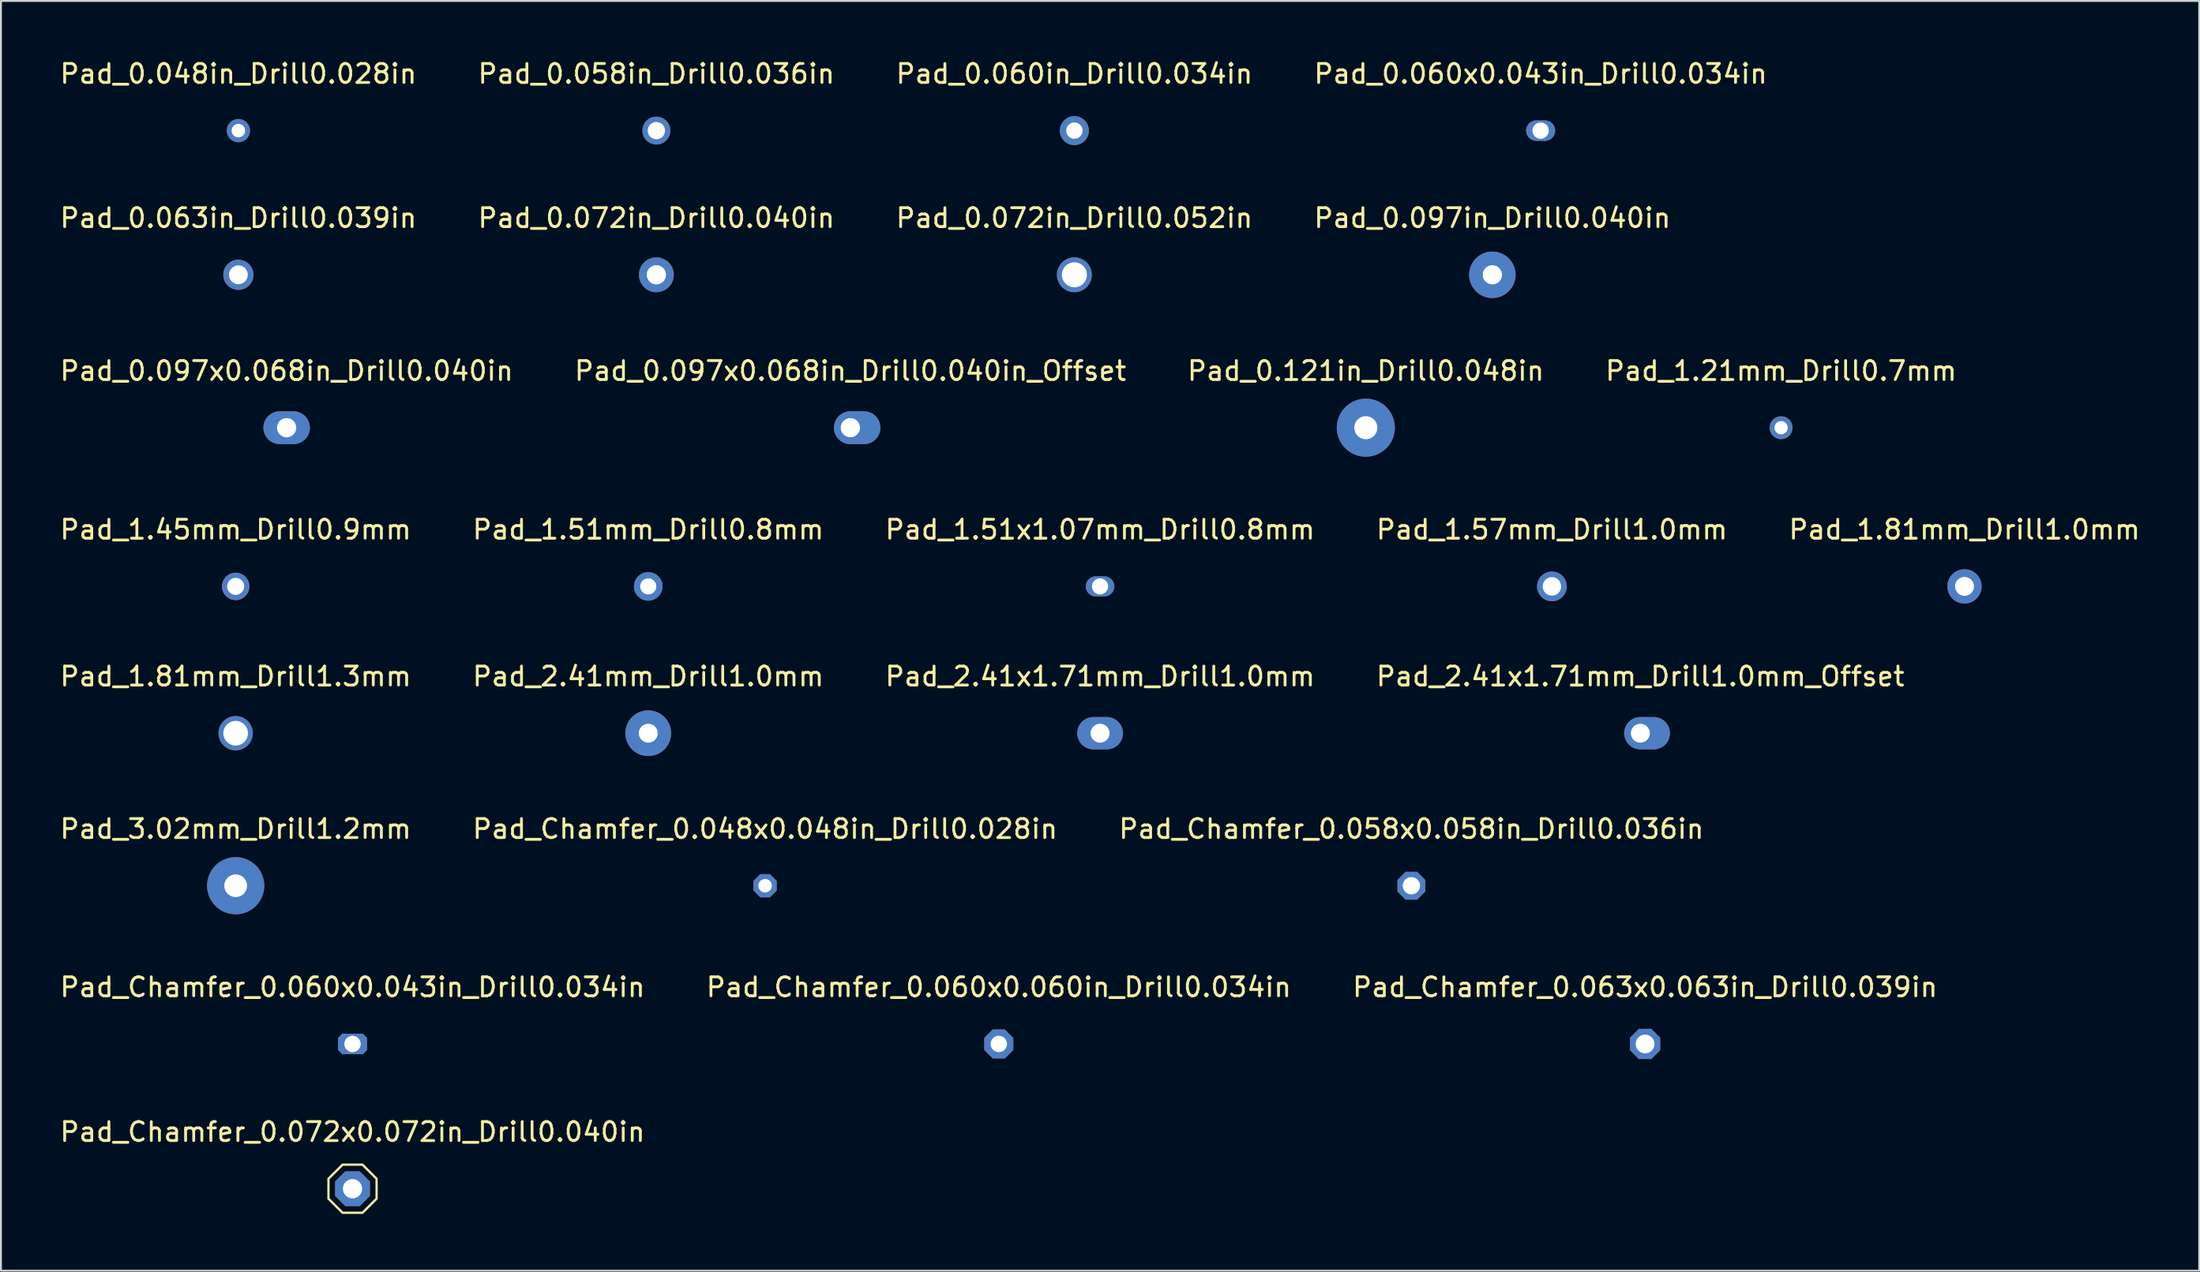
<source format=kicad_pcb>
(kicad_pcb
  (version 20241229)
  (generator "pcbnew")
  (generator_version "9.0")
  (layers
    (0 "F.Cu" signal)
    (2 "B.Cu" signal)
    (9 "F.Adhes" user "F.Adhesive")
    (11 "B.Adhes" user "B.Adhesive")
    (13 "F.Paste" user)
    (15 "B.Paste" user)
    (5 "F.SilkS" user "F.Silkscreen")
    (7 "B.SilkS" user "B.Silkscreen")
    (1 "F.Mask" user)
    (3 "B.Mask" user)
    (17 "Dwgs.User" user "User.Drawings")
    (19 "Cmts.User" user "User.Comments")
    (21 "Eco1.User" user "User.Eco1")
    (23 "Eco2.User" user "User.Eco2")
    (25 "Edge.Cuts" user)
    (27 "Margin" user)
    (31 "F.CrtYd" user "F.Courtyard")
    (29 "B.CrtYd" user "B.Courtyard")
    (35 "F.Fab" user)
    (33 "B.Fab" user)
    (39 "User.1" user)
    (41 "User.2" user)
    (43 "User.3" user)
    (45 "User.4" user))
  (footprint "Pad_1.81mm_Drill1.3mm"
    (layer "F.Cu")
    (at 9.387 35.673)
    (property "Reference" "Pad_1.81mm_Drill1.3mm" (at 0 -3 0) (layer "F.SilkS") (effects (font (size 1 1) (thickness 0.15))))
    (attr exclude_from_pos_files exclude_from_bom)
    (pad "1" thru_hole circle (at 0 0) (size 1.811 1.811) (drill 1.3) (layers "*.Cu" "*.Mask")))
  (footprint "Pad_0.097in_Drill0.040in"
    (layer "F.Cu")
    (at 75.708 11.463)
    (property "Reference" "Pad_0.097in_Drill0.040in" (at 0 -3 0) (layer "F.SilkS") (effects (font (size 1 1) (thickness 0.15))))
    (attr exclude_from_pos_files exclude_from_bom)
    (pad "1" thru_hole circle (at 0 0) (size 2.453 2.453) (drill 1.016) (layers "*.Cu" "*.Mask")))
  (footprint "Pad_0.072in_Drill0.040in"
    (layer "F.Cu")
    (at 31.589 11.463)
    (property "Reference" "Pad_0.072in_Drill0.040in" (at 0 -3 0) (layer "F.SilkS") (effects (font (size 1 1) (thickness 0.15))))
    (attr exclude_from_pos_files exclude_from_bom)
    (pad "1" thru_hole circle (at 0 0) (size 1.84 1.84) (drill 1.016) (layers "*.Cu" "*.Mask")))
  (footprint "Pad_Chamfer_0.058x0.058in_Drill0.036in"
    (layer "F.Cu")
    (at 71.435 43.728)
    (property "Reference" "Pad_Chamfer_0.058x0.058in_Drill0.036in" (at 0 -3 0) (layer "F.SilkS") (effects (font (size 1 1) (thickness 0.15))))
    (attr exclude_from_pos_files exclude_from_bom)
    (pad "1" thru_hole roundrect (at 0 0) (size 1.472 1.472) (drill 0.914) (layers "*.Cu" "*.Mask") (roundrect_rratio 0) (chamfer_ratio 0.293) (chamfer top_left top_right bottom_left bottom_right)))
  (footprint "Pad_0.097x0.068in_Drill0.040in"
    (layer "F.Cu")
    (at 12.077 19.538)
    (property "Reference" "Pad_0.097x0.068in_Drill0.040in" (at 0 -3 0) (layer "F.SilkS") (effects (font (size 1 1) (thickness 0.15))))
    (attr exclude_from_pos_files exclude_from_bom)
    (pad "1" connect circle (at -0.359 0) (size 1.016 1.016) (layers "F.Cu"))
    (pad "1" connect circle (at -0.359 0) (size 1.016 1.016) (layers "B.Cu"))
    (pad "1" thru_hole oval (at 0 0) (size 2.453 1.734) (drill 1.016) (layers "*.Cu" "*.Mask"))
    (pad "1" connect circle (at 0.359 0) (size 1.016 1.016) (layers "F.Cu"))
    (pad "1" connect circle (at 0.359 0) (size 1.016 1.016) (layers "B.Cu")))
  (footprint "Pad_Chamfer_0.060x0.060in_Drill0.034in"
    (layer "F.Cu")
    (at 49.661 52.085)
    (property "Reference" "Pad_Chamfer_0.060x0.060in_Drill0.034in" (at 0 -3 0) (layer "F.SilkS") (effects (font (size 1 1) (thickness 0.15))))
    (attr exclude_from_pos_files exclude_from_bom)
    (pad "1" thru_hole roundrect (at 0 0) (size 1.533 1.533) (drill 0.864) (layers "*.Cu" "*.Mask") (roundrect_rratio 0) (chamfer_ratio 0.293) (chamfer top_left top_right bottom_left bottom_right)))
  (footprint "Pad_1.51x1.07mm_Drill0.8mm"
    (layer "F.Cu")
    (at 55.006 27.919)
    (property "Reference" "Pad_1.51x1.07mm_Drill0.8mm" (at 0 -3 0) (layer "F.SilkS") (effects (font (size 1 1) (thickness 0.15))))
    (attr exclude_from_pos_files exclude_from_bom)
    (pad "1" connect circle (at -0.221 0) (size 0.85 0.85) (layers "F.Cu"))
    (pad "1" connect circle (at -0.221 0) (size 0.85 0.85) (layers "B.Cu"))
    (pad "1" thru_hole oval (at 0 0) (size 1.509 1.067) (drill 0.85) (layers "*.Cu" "*.Mask"))
    (pad "1" connect circle (at 0.221 0) (size 0.85 0.85) (layers "F.Cu"))
    (pad "1" connect circle (at 0.221 0) (size 0.85 0.85) (layers "B.Cu")))
  (footprint "Pad_Chamfer_0.048x0.048in_Drill0.028in"
    (layer "F.Cu")
    (at 37.327 43.728)
    (property "Reference" "Pad_Chamfer_0.048x0.048in_Drill0.028in" (at 0 -3 0) (layer "F.SilkS") (effects (font (size 1 1) (thickness 0.15))))
    (attr exclude_from_pos_files exclude_from_bom)
    (pad "1" thru_hole roundrect (at 0 0) (size 1.226 1.226) (drill 0.711) (layers "*.Cu" "*.Mask") (roundrect_rratio 0) (chamfer_ratio 0.293) (chamfer top_left top_right bottom_left bottom_right)))
  (footprint "Pad_0.058in_Drill0.036in"
    (layer "F.Cu")
    (at 31.589 3.848)
    (property "Reference" "Pad_0.058in_Drill0.036in" (at 0 -3 0) (layer "F.SilkS") (effects (font (size 1 1) (thickness 0.15))))
    (attr exclude_from_pos_files exclude_from_bom)
    (pad "1" thru_hole circle (at 0 0) (size 1.472 1.472) (drill 0.914) (layers "*.Cu" "*.Mask")))
  (footprint "Pad_0.048in_Drill0.028in"
    (layer "F.Cu")
    (at 9.53 3.848)
    (property "Reference" "Pad_0.048in_Drill0.028in" (at 0 -3 0) (layer "F.SilkS") (effects (font (size 1 1) (thickness 0.15))))
    (attr exclude_from_pos_files exclude_from_bom)
    (pad "1" thru_hole circle (at 0 0) (size 1.226 1.226) (drill 0.711) (layers "*.Cu" "*.Mask")))
  (footprint "Pad_2.41x1.71mm_Drill1.0mm_Offset"
    (layer "F.Cu")
    (at 83.518 35.673)
    (property "Reference" "Pad_2.41x1.71mm_Drill1.0mm_Offset" (at 0 -3 0) (layer "F.SilkS") (effects (font (size 1 1) (thickness 0.15))))
    (attr exclude_from_pos_files exclude_from_bom)
    (pad "1" thru_hole oval (at 0 0) (size 2.414 1.707) (drill 1 (offset 0.354 0)) (layers "*.Cu" "*.Mask"))
    (pad "1" connect circle (at 0.354 0) (size 1 1) (layers "F.Cu"))
    (pad "1" connect circle (at 0.354 0) (size 1 1) (layers "B.Cu"))
    (pad "1" connect circle (at 0.707 0) (size 1 1) (layers "F.Cu"))
    (pad "1" connect circle (at 0.707 0) (size 1 1) (layers "B.Cu")))
  (footprint "Pad_1.81mm_Drill1.0mm"
    (layer "F.Cu")
    (at 100.625 27.919)
    (property "Reference" "Pad_1.81mm_Drill1.0mm" (at 0 -3 0) (layer "F.SilkS") (effects (font (size 1 1) (thickness 0.15))))
    (attr exclude_from_pos_files exclude_from_bom)
    (pad "1" thru_hole circle (at 0 0) (size 1.811 1.811) (drill 1) (layers "*.Cu" "*.Mask")))
  (footprint "Pad_Chamfer_0.072x0.072in_Drill0.040in"
    (layer "F.Cu")
    (at 15.554 59.73)
    (property "Reference" "Pad_Chamfer_0.072x0.072in_Drill0.040in" (at 0 -3 0) (layer "F.SilkS") (effects (font (size 1 1) (thickness 0.15))))
    (attr exclude_from_pos_files exclude_from_bom)
    (fp_poly (pts (xy 1.27 0.526) (xy 0.526 1.27) (xy -0.526 1.27) (xy -1.27 0.526) (xy -1.27 -0.526) (xy -0.526 -1.27) (xy 0.526 -1.27) (xy 1.27 -0.526)) (stroke (width 0.12) (type solid)) (fill no) (layer "F.SilkS"))
    (pad "1" thru_hole roundrect (at 0 0) (size 1.84 1.84) (drill 1.016) (layers "*.Cu" "*.Mask") (roundrect_rratio 0) (chamfer_ratio 0.293) (chamfer top_left top_right bottom_left bottom_right)))
  (footprint "Pad_3.02mm_Drill1.2mm"
    (layer "F.Cu")
    (at 9.387 43.728)
    (property "Reference" "Pad_3.02mm_Drill1.2mm" (at 0 -3 0) (layer "F.SilkS") (effects (font (size 1 1) (thickness 0.15))))
    (attr exclude_from_pos_files exclude_from_bom)
    (pad "1" thru_hole circle (at 0 0) (size 3.018 3.018) (drill 1.2) (layers "*.Cu" "*.Mask")))
  (footprint "Pad_0.063in_Drill0.039in"
    (layer "F.Cu")
    (at 9.53 11.463)
    (property "Reference" "Pad_0.063in_Drill0.039in" (at 0 -3 0) (layer "F.SilkS") (effects (font (size 1 1) (thickness 0.15))))
    (attr exclude_from_pos_files exclude_from_bom)
    (pad "1" thru_hole circle (at 0 0) (size 1.594 1.594) (drill 0.991) (layers "*.Cu" "*.Mask")))
  (footprint "Pad_Chamfer_0.060x0.043in_Drill0.034in"
    (layer "F.Cu")
    (at 15.554 52.085)
    (property "Reference" "Pad_Chamfer_0.060x0.043in_Drill0.034in" (at 0 -3 0) (layer "F.SilkS") (effects (font (size 1 1) (thickness 0.15))))
    (attr exclude_from_pos_files exclude_from_bom)
    (pad "1" connect circle (at -0.225 0) (size 0.864 0.864) (layers "F.Cu"))
    (pad "1" connect circle (at -0.225 0) (size 0.864 0.864) (layers "B.Cu"))
    (pad "1" thru_hole roundrect (at 0 0) (size 1.533 1.084) (drill 0.864) (layers "*.Cu" "*.Mask") (roundrect_rratio 0) (chamfer_ratio 0.207) (chamfer top_left top_right bottom_left bottom_right))
    (pad "1" connect circle (at 0.225 0) (size 0.864 0.864) (layers "F.Cu"))
    (pad "1" connect circle (at 0.225 0) (size 0.864 0.864) (layers "B.Cu")))
  (footprint "Pad_1.45mm_Drill0.9mm"
    (layer "F.Cu")
    (at 9.387 27.919)
    (property "Reference" "Pad_1.45mm_Drill0.9mm" (at 0 -3 0) (layer "F.SilkS") (effects (font (size 1 1) (thickness 0.15))))
    (attr exclude_from_pos_files exclude_from_bom)
    (pad "1" thru_hole circle (at 0 0) (size 1.449 1.449) (drill 0.9) (layers "*.Cu" "*.Mask")))
  (footprint "Pad_Chamfer_0.063x0.063in_Drill0.039in"
    (layer "F.Cu")
    (at 83.768 52.085)
    (property "Reference" "Pad_Chamfer_0.063x0.063in_Drill0.039in" (at 0 -3 0) (layer "F.SilkS") (effects (font (size 1 1) (thickness 0.15))))
    (attr exclude_from_pos_files exclude_from_bom)
    (pad "1" thru_hole roundrect (at 0 0) (size 1.594 1.594) (drill 0.991) (layers "*.Cu" "*.Mask") (roundrect_rratio 0) (chamfer_ratio 0.293) (chamfer top_left top_right bottom_left bottom_right)))
  (footprint "Pad_0.097x0.068in_Drill0.040in_Offset"
    (layer "F.Cu")
    (at 41.827 19.538)
    (property "Reference" "Pad_0.097x0.068in_Drill0.040in_Offset" (at 0 -3 0) (layer "F.SilkS") (effects (font (size 1 1) (thickness 0.15))))
    (attr exclude_from_pos_files exclude_from_bom)
    (pad "1" thru_hole oval (at 0 0) (size 2.453 1.734) (drill 1.016 (offset 0.359 0)) (layers "*.Cu" "*.Mask"))
    (pad "1" connect circle (at 0.359 0) (size 1.016 1.016) (layers "F.Cu"))
    (pad "1" connect circle (at 0.359 0) (size 1.016 1.016) (layers "B.Cu"))
    (pad "1" connect circle (at 0.718 0) (size 1.016 1.016) (layers "F.Cu"))
    (pad "1" connect circle (at 0.718 0) (size 1.016 1.016) (layers "B.Cu")))
  (footprint "Pad_0.060in_Drill0.034in"
    (layer "F.Cu")
    (at 53.649 3.848)
    (property "Reference" "Pad_0.060in_Drill0.034in" (at 0 -3 0) (layer "F.SilkS") (effects (font (size 1 1) (thickness 0.15))))
    (attr exclude_from_pos_files exclude_from_bom)
    (pad "1" thru_hole circle (at 0 0) (size 1.533 1.533) (drill 0.864) (layers "*.Cu" "*.Mask")))
  (footprint "Pad_0.060x0.043in_Drill0.034in"
    (layer "F.Cu")
    (at 78.256 3.848)
    (property "Reference" "Pad_0.060x0.043in_Drill0.034in" (at 0 -3 0) (layer "F.SilkS") (effects (font (size 1 1) (thickness 0.15))))
    (attr exclude_from_pos_files exclude_from_bom)
    (pad "1" connect circle (at -0.225 0) (size 0.864 0.864) (layers "F.Cu"))
    (pad "1" connect circle (at -0.225 0) (size 0.864 0.864) (layers "B.Cu"))
    (pad "1" thru_hole oval (at 0 0) (size 1.533 1.084) (drill 0.864) (layers "*.Cu" "*.Mask"))
    (pad "1" connect circle (at 0.225 0) (size 0.864 0.864) (layers "F.Cu"))
    (pad "1" connect circle (at 0.225 0) (size 0.864 0.864) (layers "B.Cu")))
  (footprint "Pad_2.41mm_Drill1.0mm"
    (layer "F.Cu")
    (at 31.161 35.673)
    (property "Reference" "Pad_2.41mm_Drill1.0mm" (at 0 -3 0) (layer "F.SilkS") (effects (font (size 1 1) (thickness 0.15))))
    (attr exclude_from_pos_files exclude_from_bom)
    (pad "1" thru_hole circle (at 0 0) (size 2.414 2.414) (drill 1) (layers "*.Cu" "*.Mask")))
  (footprint "Pad_1.51mm_Drill0.8mm"
    (layer "F.Cu")
    (at 31.161 27.919)
    (property "Reference" "Pad_1.51mm_Drill0.8mm" (at 0 -3 0) (layer "F.SilkS") (effects (font (size 1 1) (thickness 0.15))))
    (attr exclude_from_pos_files exclude_from_bom)
    (pad "1" thru_hole circle (at 0 0) (size 1.509 1.509) (drill 0.85) (layers "*.Cu" "*.Mask")))
  (footprint "Pad_1.57mm_Drill1.0mm"
    (layer "F.Cu")
    (at 78.851 27.919)
    (property "Reference" "Pad_1.57mm_Drill1.0mm" (at 0 -3 0) (layer "F.SilkS") (effects (font (size 1 1) (thickness 0.15))))
    (attr exclude_from_pos_files exclude_from_bom)
    (pad "1" thru_hole circle (at 0 0) (size 1.569 1.569) (drill 0.975) (layers "*.Cu" "*.Mask")))
  (footprint "Pad_0.072in_Drill0.052in"
    (layer "F.Cu")
    (at 53.649 11.463)
    (property "Reference" "Pad_0.072in_Drill0.052in" (at 0 -3 0) (layer "F.SilkS") (effects (font (size 1 1) (thickness 0.15))))
    (attr exclude_from_pos_files exclude_from_bom)
    (pad "1" thru_hole circle (at 0 0) (size 1.84 1.84) (drill 1.321) (layers "*.Cu" "*.Mask")))
  (footprint "Pad_2.41x1.71mm_Drill1.0mm"
    (layer "F.Cu")
    (at 55.006 35.673)
    (property "Reference" "Pad_2.41x1.71mm_Drill1.0mm" (at 0 -3 0) (layer "F.SilkS") (effects (font (size 1 1) (thickness 0.15))))
    (attr exclude_from_pos_files exclude_from_bom)
    (pad "1" connect circle (at -0.354 0) (size 1 1) (layers "F.Cu"))
    (pad "1" connect circle (at -0.354 0) (size 1 1) (layers "B.Cu"))
    (pad "1" thru_hole oval (at 0 0) (size 2.414 1.707) (drill 1) (layers "*.Cu" "*.Mask"))
    (pad "1" connect circle (at 0.354 0) (size 1 1) (layers "F.Cu"))
    (pad "1" connect circle (at 0.354 0) (size 1 1) (layers "B.Cu")))
  (footprint "Pad_1.21mm_Drill0.7mm"
    (layer "F.Cu")
    (at 90.946 19.538)
    (property "Reference" "Pad_1.21mm_Drill0.7mm" (at 0 -3 0) (layer "F.SilkS") (effects (font (size 1 1) (thickness 0.15))))
    (attr exclude_from_pos_files exclude_from_bom)
    (pad "1" thru_hole circle (at 0 0) (size 1.207 1.207) (drill 0.7) (layers "*.Cu" "*.Mask")))
  (footprint "Pad_0.121in_Drill0.048in"
    (layer "F.Cu")
    (at 69.03 19.538)
    (property "Reference" "Pad_0.121in_Drill0.048in" (at 0 -3 0) (layer "F.SilkS") (effects (font (size 1 1) (thickness 0.15))))
    (attr exclude_from_pos_files exclude_from_bom)
    (pad "1" thru_hole circle (at 0 0) (size 3.066 3.066) (drill 1.219) (layers "*.Cu" "*.Mask")))
  (gr_rect
    (start -3 -3)
    (end 113.012 64.06)
    (stroke (width 0.1) (type default))
    (fill no)
    (layer "Edge.Cuts")))
</source>
